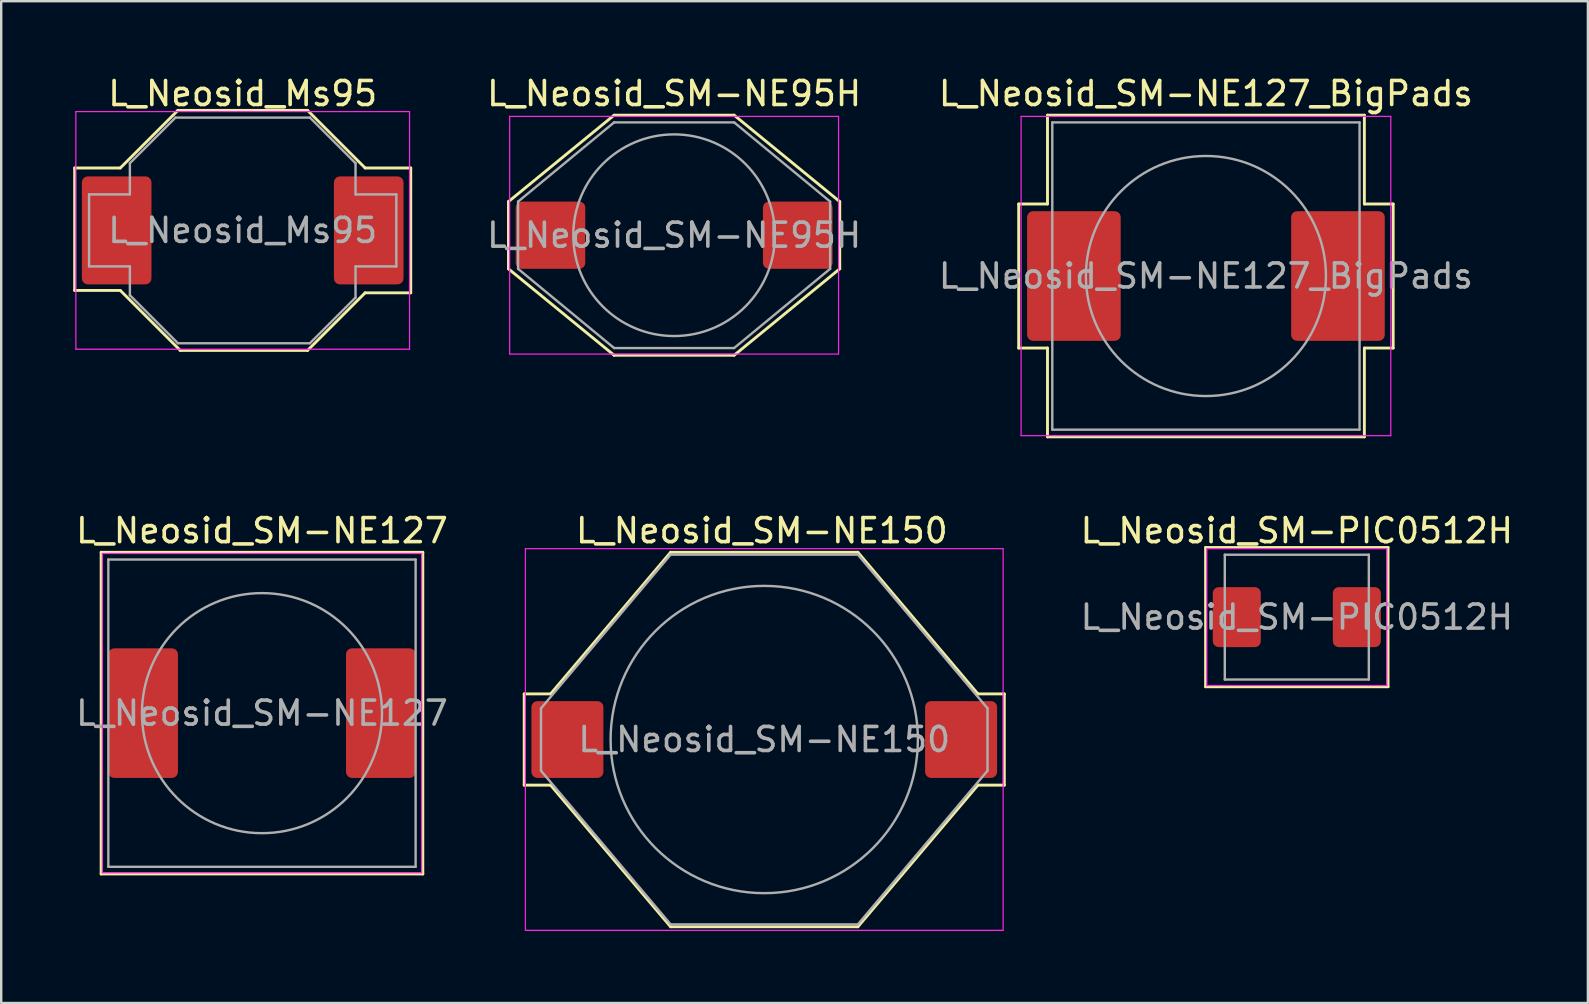
<source format=kicad_pcb>
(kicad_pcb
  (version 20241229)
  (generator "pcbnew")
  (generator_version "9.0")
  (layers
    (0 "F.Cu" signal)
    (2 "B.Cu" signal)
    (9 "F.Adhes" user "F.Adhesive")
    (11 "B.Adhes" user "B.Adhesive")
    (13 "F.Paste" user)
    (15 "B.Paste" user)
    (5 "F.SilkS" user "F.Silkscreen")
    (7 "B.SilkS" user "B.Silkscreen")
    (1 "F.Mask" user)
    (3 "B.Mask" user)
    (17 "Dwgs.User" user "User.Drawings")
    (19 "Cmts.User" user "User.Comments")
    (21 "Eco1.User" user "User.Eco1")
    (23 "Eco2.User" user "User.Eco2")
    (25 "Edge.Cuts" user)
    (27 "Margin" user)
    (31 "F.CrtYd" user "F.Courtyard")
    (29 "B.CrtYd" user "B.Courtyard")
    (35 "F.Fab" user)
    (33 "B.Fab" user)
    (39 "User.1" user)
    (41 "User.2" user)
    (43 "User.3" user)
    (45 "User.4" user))
  (footprint "L_Neosid_SM-NE127_BigPads"
    (layer "F.Cu")
    (at 47.185 8.448)
    (property "Reference" "L_Neosid_SM-NE127_BigPads" (at 0 -7.6 0) (layer "F.SilkS") (effects (font (size 1 1) (thickness 0.15))))
    (attr smd)
    (fp_line (start -7.8 -3) (end -7.8 3) (stroke (width 0.12) (type solid)) (layer "F.SilkS"))
    (fp_line (start -7.8 3) (end -6.6 3) (stroke (width 0.12) (type solid)) (layer "F.SilkS"))
    (fp_line (start -6.6 -6.7) (end 6.6 -6.7) (stroke (width 0.12) (type solid)) (layer "F.SilkS"))
    (fp_line (start -6.6 -3) (end -7.8 -3) (stroke (width 0.12) (type solid)) (layer "F.SilkS"))
    (fp_line (start -6.6 -3) (end -6.6 -6.7) (stroke (width 0.12) (type solid)) (layer "F.SilkS"))
    (fp_line (start -6.6 6.7) (end -6.6 3) (stroke (width 0.12) (type solid)) (layer "F.SilkS"))
    (fp_line (start 6.6 -6.7) (end 6.6 -3) (stroke (width 0.12) (type solid)) (layer "F.SilkS"))
    (fp_line (start 6.6 -3) (end 7.8 -3) (stroke (width 0.12) (type solid)) (layer "F.SilkS"))
    (fp_line (start 6.6 3) (end 6.6 6.7) (stroke (width 0.12) (type solid)) (layer "F.SilkS"))
    (fp_line (start 6.6 6.7) (end -6.6 6.7) (stroke (width 0.12) (type solid)) (layer "F.SilkS"))
    (fp_line (start 7.8 -3) (end 7.8 3) (stroke (width 0.12) (type solid)) (layer "F.SilkS"))
    (fp_line (start 7.8 3) (end 6.6 3) (stroke (width 0.12) (type solid)) (layer "F.SilkS"))
    (fp_line (start -7.7 -6.65) (end -7.7 6.65) (stroke (width 0.05) (type solid)) (layer "F.CrtYd"))
    (fp_line (start -7.7 -6.65) (end 7.7 -6.65) (stroke (width 0.05) (type solid)) (layer "F.CrtYd"))
    (fp_line (start 7.7 6.65) (end -7.7 6.65) (stroke (width 0.05) (type solid)) (layer "F.CrtYd"))
    (fp_line (start 7.7 6.65) (end 7.7 -6.65) (stroke (width 0.05) (type solid)) (layer "F.CrtYd"))
    (fp_line (start -6.4 -6.4) (end 6.4 -6.4) (stroke (width 0.1) (type solid)) (layer "F.Fab"))
    (fp_line (start -6.4 6.4) (end -6.4 -6.4) (stroke (width 0.1) (type solid)) (layer "F.Fab"))
    (fp_line (start 6.4 -6.4) (end 6.4 6.4) (stroke (width 0.1) (type solid)) (layer "F.Fab"))
    (fp_line (start 6.4 6.4) (end -6.4 6.4) (stroke (width 0.1) (type solid)) (layer "F.Fab"))
    (fp_circle (center 0 0) (end 5 0) (stroke (width 0.1) (type solid)) (fill no) (layer "F.Fab"))
    (fp_text user "${REFERENCE}" (at 0 0 0) (layer "F.Fab") (effects (font (size 1 1) (thickness 0.15))))
    (pad "1" smd roundrect (at -5.5 0) (size 3.9 5.4) (layers "F.Cu" "F.Mask" "F.Paste") (roundrect_rratio 0.064))
    (pad "2" smd roundrect (at 5.5 0) (size 3.9 5.4) (layers "F.Cu" "F.Mask" "F.Paste") (roundrect_rratio 0.064)))
  (footprint "L_Neosid_SM-NE95H"
    (layer "F.Cu")
    (at 25.031 6.748)
    (property "Reference" "L_Neosid_SM-NE95H" (at 0 -5.9 0) (layer "F.SilkS") (effects (font (size 1 1) (thickness 0.15))))
    (attr smd)
    (fp_line (start -6.9 -1.4) (end -6.9 1.4) (stroke (width 0.12) (type solid)) (layer "F.SilkS"))
    (fp_line (start -6.9 -1.4) (end -2.5 -5) (stroke (width 0.12) (type solid)) (layer "F.SilkS"))
    (fp_line (start -2.5 -5) (end 2.5 -5) (stroke (width 0.12) (type solid)) (layer "F.SilkS"))
    (fp_line (start -2.5 5) (end -6.9 1.4) (stroke (width 0.12) (type solid)) (layer "F.SilkS"))
    (fp_line (start 2.5 -5) (end 6.9 -1.4) (stroke (width 0.12) (type solid)) (layer "F.SilkS"))
    (fp_line (start 2.5 5) (end -2.5 5) (stroke (width 0.12) (type solid)) (layer "F.SilkS"))
    (fp_line (start 6.9 1.4) (end 2.5 5) (stroke (width 0.12) (type solid)) (layer "F.SilkS"))
    (fp_line (start 6.9 1.4) (end 6.9 -1.4) (stroke (width 0.12) (type solid)) (layer "F.SilkS"))
    (fp_line (start -6.85 -4.95) (end -6.85 4.95) (stroke (width 0.05) (type solid)) (layer "F.CrtYd"))
    (fp_line (start -6.85 -4.95) (end 6.85 -4.95) (stroke (width 0.05) (type solid)) (layer "F.CrtYd"))
    (fp_line (start 6.85 4.95) (end -6.85 4.95) (stroke (width 0.05) (type solid)) (layer "F.CrtYd"))
    (fp_line (start 6.85 4.95) (end 6.85 -4.95) (stroke (width 0.05) (type solid)) (layer "F.CrtYd"))
    (fp_line (start -6.5 -1.4) (end -2.5 -4.7) (stroke (width 0.1) (type solid)) (layer "F.Fab"))
    (fp_line (start -6.5 1.4) (end -6.5 -1.4) (stroke (width 0.1) (type solid)) (layer "F.Fab"))
    (fp_line (start -2.5 -4.7) (end 2.5 -4.7) (stroke (width 0.1) (type solid)) (layer "F.Fab"))
    (fp_line (start -2.5 4.7) (end -6.5 1.4) (stroke (width 0.1) (type solid)) (layer "F.Fab"))
    (fp_line (start 2.5 -4.7) (end 6.5 -1.4) (stroke (width 0.1) (type solid)) (layer "F.Fab"))
    (fp_line (start 2.5 4.7) (end -2.5 4.7) (stroke (width 0.1) (type solid)) (layer "F.Fab"))
    (fp_line (start 6.5 -1.4) (end 6.5 1.4) (stroke (width 0.1) (type solid)) (layer "F.Fab"))
    (fp_line (start 6.5 1.4) (end 2.5 4.7) (stroke (width 0.1) (type solid)) (layer "F.Fab"))
    (fp_circle (center 0 0) (end 0 -4.2) (stroke (width 0.1) (type solid)) (fill no) (layer "F.Fab"))
    (fp_text user "${REFERENCE}" (at 0 0 0) (layer "F.Fab") (effects (font (size 1 1) (thickness 0.15))))
    (pad "1" smd roundrect (at -5.15 0) (size 2.9 2.8) (layers "F.Cu" "F.Mask" "F.Paste") (roundrect_rratio 0.089))
    (pad "2" smd roundrect (at 5.15 0) (size 2.9 2.8) (layers "F.Cu" "F.Mask" "F.Paste") (roundrect_rratio 0.089)))
  (footprint "L_Neosid_SM-NE150"
    (layer "F.Cu")
    (at 28.786 27.756)
    (property "Reference" "L_Neosid_SM-NE150" (at -0.1 -8.7 0) (layer "F.SilkS") (effects (font (size 1 1) (thickness 0.15))))
    (attr smd)
    (fp_line (start -10 -1.9) (end -10 1.9) (stroke (width 0.12) (type solid)) (layer "F.SilkS"))
    (fp_line (start -10 1.9) (end -8.9 1.9) (stroke (width 0.12) (type solid)) (layer "F.SilkS"))
    (fp_line (start -8.9 -1.9) (end -10 -1.9) (stroke (width 0.12) (type solid)) (layer "F.SilkS"))
    (fp_line (start -8.9 1.9) (end -3.9 7.8) (stroke (width 0.12) (type solid)) (layer "F.SilkS"))
    (fp_line (start -3.9 -7.8) (end -8.9 -1.9) (stroke (width 0.12) (type solid)) (layer "F.SilkS"))
    (fp_line (start -3.9 -7.8) (end 3.9 -7.8) (stroke (width 0.12) (type solid)) (layer "F.SilkS"))
    (fp_line (start -3.9 7.8) (end 3.9 7.8) (stroke (width 0.12) (type solid)) (layer "F.SilkS"))
    (fp_line (start 3.9 -7.8) (end 8.9 -1.9) (stroke (width 0.12) (type solid)) (layer "F.SilkS"))
    (fp_line (start 3.9 7.8) (end 8.9 1.9) (stroke (width 0.12) (type solid)) (layer "F.SilkS"))
    (fp_line (start 8.9 -1.9) (end 10 -1.9) (stroke (width 0.12) (type solid)) (layer "F.SilkS"))
    (fp_line (start 10 -1.9) (end 10 1.9) (stroke (width 0.12) (type solid)) (layer "F.SilkS"))
    (fp_line (start 10 1.9) (end 8.9 1.9) (stroke (width 0.12) (type solid)) (layer "F.SilkS"))
    (fp_line (start -9.95 -7.95) (end -9.95 7.95) (stroke (width 0.05) (type solid)) (layer "F.CrtYd"))
    (fp_line (start -9.95 -7.95) (end 9.95 -7.95) (stroke (width 0.05) (type solid)) (layer "F.CrtYd"))
    (fp_line (start 9.95 7.95) (end -9.95 7.95) (stroke (width 0.05) (type solid)) (layer "F.CrtYd"))
    (fp_line (start 9.95 7.95) (end 9.95 -7.95) (stroke (width 0.05) (type solid)) (layer "F.CrtYd"))
    (fp_line (start -9.3 -1.3) (end -3.9 -7.7) (stroke (width 0.1) (type solid)) (layer "F.Fab"))
    (fp_line (start -9.3 1.3) (end -9.3 -1.3) (stroke (width 0.1) (type solid)) (layer "F.Fab"))
    (fp_line (start -3.9 -7.7) (end 3.9 -7.7) (stroke (width 0.1) (type solid)) (layer "F.Fab"))
    (fp_line (start -3.9 7.7) (end -9.3 1.3) (stroke (width 0.1) (type solid)) (layer "F.Fab"))
    (fp_line (start 3.9 -7.7) (end 9.3 -1.3) (stroke (width 0.1) (type solid)) (layer "F.Fab"))
    (fp_line (start 3.9 7.7) (end -3.9 7.7) (stroke (width 0.1) (type solid)) (layer "F.Fab"))
    (fp_line (start 9.3 -1.3) (end 9.3 1.3) (stroke (width 0.1) (type solid)) (layer "F.Fab"))
    (fp_line (start 9.3 1.3) (end 3.9 7.7) (stroke (width 0.1) (type solid)) (layer "F.Fab"))
    (fp_circle (center 0 0) (end -6.4 0) (stroke (width 0.1) (type solid)) (fill no) (layer "F.Fab"))
    (fp_text user "${REFERENCE}" (at 0 0 0) (layer "F.Fab") (effects (font (size 1 1) (thickness 0.15))))
    (pad "1" smd roundrect (at -8.2 0 180) (size 3 3.2) (layers "F.Cu" "F.Mask" "F.Paste") (roundrect_rratio 0.083))
    (pad "2" smd roundrect (at 8.2 0) (size 3 3.2) (layers "F.Cu" "F.Mask" "F.Paste") (roundrect_rratio 0.083)))
  (footprint "L_Neosid_Ms95"
    (layer "F.Cu")
    (at 7.06 6.548)
    (property "Reference" "L_Neosid_Ms95" (at 0 -5.7 0) (layer "F.SilkS") (effects (font (size 1 1) (thickness 0.15))))
    (attr smd)
    (fp_line (start -7 -2.6) (end -7 2.5) (stroke (width 0.12) (type solid)) (layer "F.SilkS"))
    (fp_line (start -7 2.5) (end -5.1 2.5) (stroke (width 0.12) (type solid)) (layer "F.SilkS"))
    (fp_line (start -5.1 -2.6) (end -7 -2.6) (stroke (width 0.12) (type solid)) (layer "F.SilkS"))
    (fp_line (start -5.1 -2.6) (end -2.7 -5) (stroke (width 0.12) (type solid)) (layer "F.SilkS"))
    (fp_line (start -2.7 -5) (end 2.7 -5) (stroke (width 0.12) (type solid)) (layer "F.SilkS"))
    (fp_line (start -2.6 5) (end -5.1 2.5) (stroke (width 0.12) (type solid)) (layer "F.SilkS"))
    (fp_line (start -2.6 5) (end 2.7 5) (stroke (width 0.12) (type solid)) (layer "F.SilkS"))
    (fp_line (start 2.7 -5) (end 5.1 -2.6) (stroke (width 0.12) (type solid)) (layer "F.SilkS"))
    (fp_line (start 2.7 5) (end 5.1 2.6) (stroke (width 0.12) (type solid)) (layer "F.SilkS"))
    (fp_line (start 5.1 -2.6) (end 7 -2.6) (stroke (width 0.12) (type solid)) (layer "F.SilkS"))
    (fp_line (start 7 -2.6) (end 7 2.6) (stroke (width 0.12) (type solid)) (layer "F.SilkS"))
    (fp_line (start 7 2.6) (end 5.1 2.6) (stroke (width 0.12) (type solid)) (layer "F.SilkS"))
    (fp_line (start -6.95 -4.95) (end -6.95 4.95) (stroke (width 0.05) (type solid)) (layer "F.CrtYd"))
    (fp_line (start -6.95 -4.95) (end 6.95 -4.95) (stroke (width 0.05) (type solid)) (layer "F.CrtYd"))
    (fp_line (start 6.95 4.95) (end -6.95 4.95) (stroke (width 0.05) (type solid)) (layer "F.CrtYd"))
    (fp_line (start 6.95 4.95) (end 6.95 -4.95) (stroke (width 0.05) (type solid)) (layer "F.CrtYd"))
    (fp_line (start -6.4 -1.5) (end -6.4 1.5) (stroke (width 0.1) (type solid)) (layer "F.Fab"))
    (fp_line (start -6.4 -1.5) (end -4.7 -1.5) (stroke (width 0.1) (type solid)) (layer "F.Fab"))
    (fp_line (start -6.4 1.5) (end -4.7 1.5) (stroke (width 0.1) (type solid)) (layer "F.Fab"))
    (fp_line (start -4.7 -1.5) (end -4.7 -2.8) (stroke (width 0.1) (type solid)) (layer "F.Fab"))
    (fp_line (start -4.7 1.5) (end -4.7 2.7) (stroke (width 0.1) (type solid)) (layer "F.Fab"))
    (fp_line (start -4.7 2.7) (end -2.7 4.7) (stroke (width 0.1) (type solid)) (layer "F.Fab"))
    (fp_line (start -2.8 -4.7) (end -4.7 -2.8) (stroke (width 0.1) (type solid)) (layer "F.Fab"))
    (fp_line (start 2.8 -4.7) (end -2.8 -4.7) (stroke (width 0.1) (type solid)) (layer "F.Fab"))
    (fp_line (start 2.8 4.7) (end -2.7 4.7) (stroke (width 0.1) (type solid)) (layer "F.Fab"))
    (fp_line (start 4.7 -2.8) (end 2.8 -4.7) (stroke (width 0.1) (type solid)) (layer "F.Fab"))
    (fp_line (start 4.7 -1.5) (end 4.7 -2.8) (stroke (width 0.1) (type solid)) (layer "F.Fab"))
    (fp_line (start 4.7 1.5) (end 6.4 1.5) (stroke (width 0.1) (type solid)) (layer "F.Fab"))
    (fp_line (start 4.7 2.8) (end 2.8 4.7) (stroke (width 0.1) (type solid)) (layer "F.Fab"))
    (fp_line (start 4.7 2.8) (end 4.7 1.5) (stroke (width 0.1) (type solid)) (layer "F.Fab"))
    (fp_line (start 6.4 -1.5) (end 4.7 -1.5) (stroke (width 0.1) (type solid)) (layer "F.Fab"))
    (fp_line (start 6.4 1.5) (end 6.4 -1.5) (stroke (width 0.1) (type solid)) (layer "F.Fab"))
    (fp_text user "${REFERENCE}" (at 0 0 0) (layer "F.Fab") (effects (font (size 1 1) (thickness 0.15))))
    (pad "1" smd roundrect (at -5.25 0) (size 2.9 4.5) (layers "F.Cu" "F.Mask" "F.Paste") (roundrect_rratio 0.086))
    (pad "2" smd roundrect (at 5.25 0) (size 2.9 4.5) (layers "F.Cu" "F.Mask" "F.Paste") (roundrect_rratio 0.086)))
  (footprint "L_Neosid_SM-NE127"
    (layer "F.Cu")
    (at 7.863 26.657)
    (property "Reference" "L_Neosid_SM-NE127" (at 0 -7.6 0) (layer "F.SilkS") (effects (font (size 1 1) (thickness 0.15))))
    (attr smd)
    (fp_line (start -6.7 -6.7) (end -6.7 6.7) (stroke (width 0.12) (type solid)) (layer "F.SilkS"))
    (fp_line (start -6.7 6.7) (end 6.7 6.7) (stroke (width 0.12) (type solid)) (layer "F.SilkS"))
    (fp_line (start 6.7 -6.7) (end -6.7 -6.7) (stroke (width 0.12) (type solid)) (layer "F.SilkS"))
    (fp_line (start 6.7 6.7) (end 6.7 -6.7) (stroke (width 0.12) (type solid)) (layer "F.SilkS"))
    (fp_line (start -6.65 -6.65) (end -6.65 6.65) (stroke (width 0.05) (type solid)) (layer "F.CrtYd"))
    (fp_line (start -6.65 -6.65) (end 6.65 -6.65) (stroke (width 0.05) (type solid)) (layer "F.CrtYd"))
    (fp_line (start 6.65 6.65) (end -6.65 6.65) (stroke (width 0.05) (type solid)) (layer "F.CrtYd"))
    (fp_line (start 6.65 6.65) (end 6.65 -6.65) (stroke (width 0.05) (type solid)) (layer "F.CrtYd"))
    (fp_line (start -6.4 -6.4) (end 6.4 -6.4) (stroke (width 0.1) (type solid)) (layer "F.Fab"))
    (fp_line (start -6.4 6.4) (end -6.4 -6.4) (stroke (width 0.1) (type solid)) (layer "F.Fab"))
    (fp_line (start 6.4 -6.4) (end 6.4 6.4) (stroke (width 0.1) (type solid)) (layer "F.Fab"))
    (fp_line (start 6.4 6.4) (end -6.4 6.4) (stroke (width 0.1) (type solid)) (layer "F.Fab"))
    (fp_circle (center 0 0) (end 5 0) (stroke (width 0.1) (type solid)) (fill no) (layer "F.Fab"))
    (fp_text user "${REFERENCE}" (at 0 0 0) (layer "F.Fab") (effects (font (size 1 1) (thickness 0.15))))
    (pad "1" smd roundrect (at -4.95 0) (size 2.9 5.4) (layers "F.Cu" "F.Mask" "F.Paste") (roundrect_rratio 0.086))
    (pad "2" smd roundrect (at 4.95 0) (size 2.9 5.4) (layers "F.Cu" "F.Mask" "F.Paste") (roundrect_rratio 0.086)))
  (footprint "L_Neosid_SM-PIC0512H"
    (layer "F.Cu")
    (at 50.971 22.657)
    (property "Reference" "L_Neosid_SM-PIC0512H" (at 0 -3.6 0) (layer "F.SilkS") (effects (font (size 1 1) (thickness 0.15))))
    (attr smd)
    (fp_line (start -3.8 -2.9) (end -3.8 2.9) (stroke (width 0.12) (type solid)) (layer "F.SilkS"))
    (fp_line (start -3.8 2.9) (end 3.8 2.9) (stroke (width 0.12) (type solid)) (layer "F.SilkS"))
    (fp_line (start 3.8 -2.9) (end -3.8 -2.9) (stroke (width 0.12) (type solid)) (layer "F.SilkS"))
    (fp_line (start 3.8 2.9) (end 3.8 -2.9) (stroke (width 0.12) (type solid)) (layer "F.SilkS"))
    (fp_line (start -3.75 -2.85) (end -3.75 2.85) (stroke (width 0.05) (type solid)) (layer "F.CrtYd"))
    (fp_line (start -3.75 -2.85) (end 3.75 -2.85) (stroke (width 0.05) (type solid)) (layer "F.CrtYd"))
    (fp_line (start 3.75 2.85) (end -3.75 2.85) (stroke (width 0.05) (type solid)) (layer "F.CrtYd"))
    (fp_line (start 3.75 2.85) (end 3.75 -2.85) (stroke (width 0.05) (type solid)) (layer "F.CrtYd"))
    (fp_line (start -3 -2.6) (end 3 -2.6) (stroke (width 0.1) (type solid)) (layer "F.Fab"))
    (fp_line (start -3 2.6) (end -3 -2.6) (stroke (width 0.1) (type solid)) (layer "F.Fab"))
    (fp_line (start 3 -2.6) (end 3 2.6) (stroke (width 0.1) (type solid)) (layer "F.Fab"))
    (fp_line (start 3 2.6) (end -3 2.6) (stroke (width 0.1) (type solid)) (layer "F.Fab"))
    (fp_text user "${REFERENCE}" (at 0 0 0) (layer "F.Fab") (effects (font (size 1 1) (thickness 0.15))))
    (pad "1" smd roundrect (at -2.5 0 180) (size 2 2.5) (layers "F.Cu" "F.Mask" "F.Paste") (roundrect_rratio 0.125))
    (pad "2" smd roundrect (at 2.5 0 180) (size 2 2.5) (layers "F.Cu" "F.Mask" "F.Paste") (roundrect_rratio 0.125)))
  (gr_rect
    (start -3 -3)
    (end 63.096 38.731)
    (stroke (width 0.1) (type default))
    (fill no)
    (layer "Edge.Cuts")))
</source>
